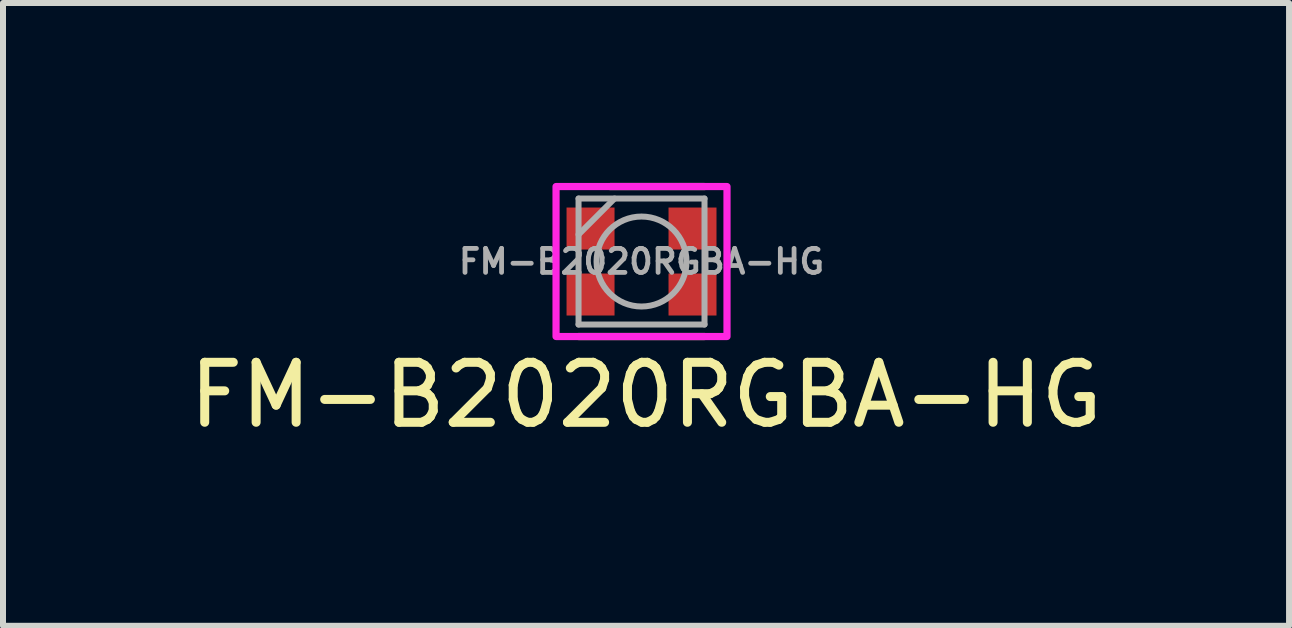
<source format=kicad_pcb>
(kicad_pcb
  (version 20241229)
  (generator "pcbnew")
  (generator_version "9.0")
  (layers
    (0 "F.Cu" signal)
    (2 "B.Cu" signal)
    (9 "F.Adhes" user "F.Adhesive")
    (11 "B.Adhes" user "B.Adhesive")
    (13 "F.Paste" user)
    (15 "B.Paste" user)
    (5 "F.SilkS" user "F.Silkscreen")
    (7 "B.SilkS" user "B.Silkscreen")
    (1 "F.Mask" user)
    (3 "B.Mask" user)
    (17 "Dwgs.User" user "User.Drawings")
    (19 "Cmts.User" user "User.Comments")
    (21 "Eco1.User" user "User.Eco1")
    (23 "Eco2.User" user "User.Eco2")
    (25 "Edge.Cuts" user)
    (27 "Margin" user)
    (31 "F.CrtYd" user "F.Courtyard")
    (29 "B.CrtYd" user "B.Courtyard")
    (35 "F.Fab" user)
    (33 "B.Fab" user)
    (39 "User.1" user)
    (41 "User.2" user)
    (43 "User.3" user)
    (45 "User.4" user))
  (footprint "FM-B2020RGBA-HG"
    (layer "F.Cu")
    (at 7.645 1.31)
    (property "Reference" "FM-B2020RGBA-HG" (at 0.075 2.225 180) (layer "F.SilkS") (effects (font (size 1 1) (thickness 0.15))))
    (attr smd)
    (fp_line (start -1.05 1.25) (end 1.05 1.25) (stroke (width 0.12) (type solid)) (layer "F.SilkS"))
    (fp_line (start -0.525 -1.25) (end 1.05 -1.25) (stroke (width 0.12) (type solid)) (layer "F.SilkS"))
    (fp_rect (start -1.425 -1.25) (end 1.425 1.25) (stroke (width 0.12) (type solid)) (fill no) (layer "F.CrtYd"))
    (fp_line (start -1.05 -1.05) (end -1.05 1.05) (stroke (width 0.1) (type solid)) (layer "F.Fab"))
    (fp_line (start -1.05 -0.45) (end -0.45 -1.05) (stroke (width 0.1) (type solid)) (layer "F.Fab"))
    (fp_line (start 1.05 -1.05) (end -1.05 -1.05) (stroke (width 0.1) (type solid)) (layer "F.Fab"))
    (fp_line (start 1.05 -1.05) (end 1.05 1.05) (stroke (width 0.1) (type solid)) (layer "F.Fab"))
    (fp_line (start 1.05 1.05) (end -1.05 1.05) (stroke (width 0.1) (type solid)) (layer "F.Fab"))
    (fp_circle (center 0 0) (end 0 -0.75) (stroke (width 0.1) (type solid)) (fill no) (layer "F.Fab"))
    (fp_text user "${REFERENCE}" (at 0 0 0) (layer "F.Fab") (effects (font (size 0.4 0.4) (thickness 0.08))))
    (pad "1" smd rect (at -0.85 -0.55) (size 0.8 0.7) (layers "F.Cu" "F.Mask" "F.Paste"))
    (pad "2" smd rect (at 0.85 -0.55) (size 0.8 0.7) (layers "F.Cu" "F.Mask" "F.Paste"))
    (pad "3" smd rect (at 0.85 0.55) (size 0.8 0.7) (layers "F.Cu" "F.Mask" "F.Paste"))
    (pad "4" smd rect (at -0.85 0.55) (size 0.8 0.7) (layers "F.Cu" "F.Mask" "F.Paste")))
  (gr_rect
    (start -3 -3)
    (end 18.44 7.383)
    (stroke (width 0.1) (type default))
    (fill no)
    (layer "Edge.Cuts")))
</source>
